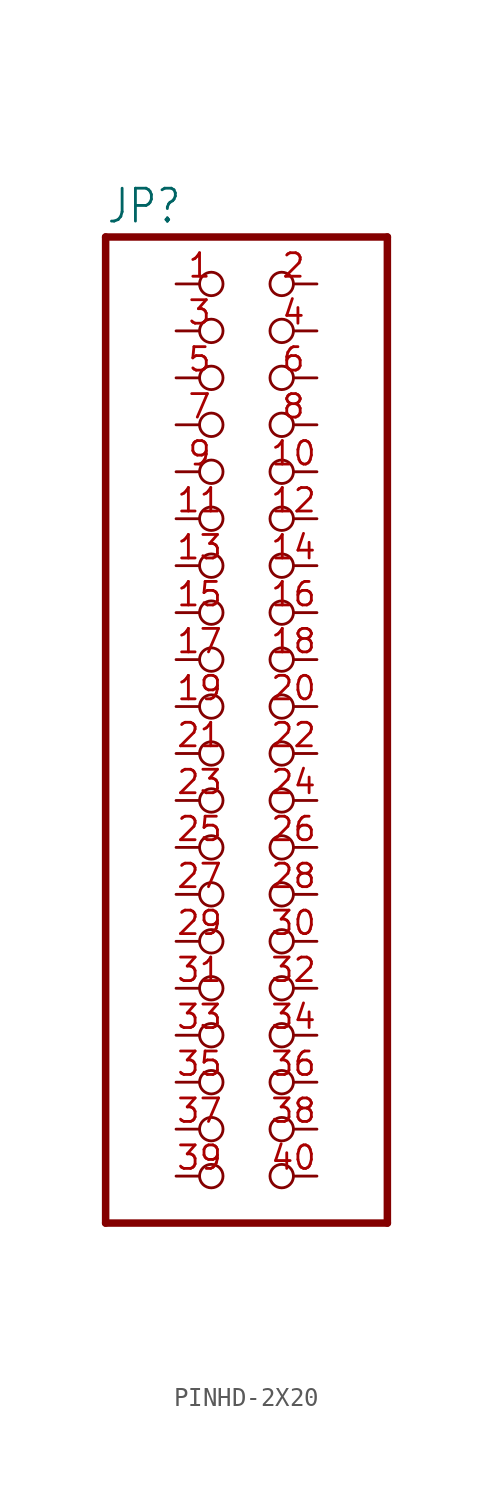
<source format=kicad_sym>
(kicad_symbol_lib
  (version 20220914)
  (generator kicad_symbol_editor)
  (symbol "PINHD-2X20"
    (property "Reference" "JP"
      (at -6.35 26.035 0)
      (effects (font (size 1.778 1.511)) (justify left bottom)))
    (property "Value" ""
      (at -6.35 -30.48 0)
      (effects (font (size 1.778 1.511)) (justify left bottom)))
    (property "ki_locked" ""
      (at 0 0 0)
      (effects (font (size 1.27 1.27))))
    (symbol "PINHD-2X20_1_0"
      (polyline (pts (xy -6.35 -27.94) (xy 8.89 -27.94)) (stroke (width 0.406) (type solid)) (fill (type none)))
      (polyline (pts (xy -6.35 25.4) (xy -6.35 -27.94)) (stroke (width 0.406) (type solid)) (fill (type none)))
      (polyline (pts (xy 8.89 -27.94) (xy 8.89 25.4)) (stroke (width 0.406) (type solid)) (fill (type none)))
      (polyline (pts (xy 8.89 25.4) (xy -6.35 25.4)) (stroke (width 0.406) (type solid)) (fill (type none)))
      (pin passive inverted (at -2.54 22.86 0) (length 2.54) (name "1" (effects (font (size 0 0)))) (number "1" (effects (font (size 1.27 1.27)))))
      (pin passive inverted (at 5.08 12.7 180) (length 2.54) (name "10" (effects (font (size 0 0)))) (number "10" (effects (font (size 1.27 1.27)))))
      (pin passive inverted (at -2.54 10.16 0) (length 2.54) (name "11" (effects (font (size 0 0)))) (number "11" (effects (font (size 1.27 1.27)))))
      (pin passive inverted (at 5.08 10.16 180) (length 2.54) (name "12" (effects (font (size 0 0)))) (number "12" (effects (font (size 1.27 1.27)))))
      (pin passive inverted (at -2.54 7.62 0) (length 2.54) (name "13" (effects (font (size 0 0)))) (number "13" (effects (font (size 1.27 1.27)))))
      (pin passive inverted (at 5.08 7.62 180) (length 2.54) (name "14" (effects (font (size 0 0)))) (number "14" (effects (font (size 1.27 1.27)))))
      (pin passive inverted (at -2.54 5.08 0) (length 2.54) (name "15" (effects (font (size 0 0)))) (number "15" (effects (font (size 1.27 1.27)))))
      (pin passive inverted (at 5.08 5.08 180) (length 2.54) (name "16" (effects (font (size 0 0)))) (number "16" (effects (font (size 1.27 1.27)))))
      (pin passive inverted (at -2.54 2.54 0) (length 2.54) (name "17" (effects (font (size 0 0)))) (number "17" (effects (font (size 1.27 1.27)))))
      (pin passive inverted (at 5.08 2.54 180) (length 2.54) (name "18" (effects (font (size 0 0)))) (number "18" (effects (font (size 1.27 1.27)))))
      (pin passive inverted (at -2.54 0 0) (length 2.54) (name "19" (effects (font (size 0 0)))) (number "19" (effects (font (size 1.27 1.27)))))
      (pin passive inverted (at 5.08 22.86 180) (length 2.54) (name "2" (effects (font (size 0 0)))) (number "2" (effects (font (size 1.27 1.27)))))
      (pin passive inverted (at 5.08 0 180) (length 2.54) (name "20" (effects (font (size 0 0)))) (number "20" (effects (font (size 1.27 1.27)))))
      (pin passive inverted (at -2.54 -2.54 0) (length 2.54) (name "21" (effects (font (size 0 0)))) (number "21" (effects (font (size 1.27 1.27)))))
      (pin passive inverted (at 5.08 -2.54 180) (length 2.54) (name "22" (effects (font (size 0 0)))) (number "22" (effects (font (size 1.27 1.27)))))
      (pin passive inverted (at -2.54 -5.08 0) (length 2.54) (name "23" (effects (font (size 0 0)))) (number "23" (effects (font (size 1.27 1.27)))))
      (pin passive inverted (at 5.08 -5.08 180) (length 2.54) (name "24" (effects (font (size 0 0)))) (number "24" (effects (font (size 1.27 1.27)))))
      (pin passive inverted (at -2.54 -7.62 0) (length 2.54) (name "25" (effects (font (size 0 0)))) (number "25" (effects (font (size 1.27 1.27)))))
      (pin passive inverted (at 5.08 -7.62 180) (length 2.54) (name "26" (effects (font (size 0 0)))) (number "26" (effects (font (size 1.27 1.27)))))
      (pin passive inverted (at -2.54 -10.16 0) (length 2.54) (name "27" (effects (font (size 0 0)))) (number "27" (effects (font (size 1.27 1.27)))))
      (pin passive inverted (at 5.08 -10.16 180) (length 2.54) (name "28" (effects (font (size 0 0)))) (number "28" (effects (font (size 1.27 1.27)))))
      (pin passive inverted (at -2.54 -12.7 0) (length 2.54) (name "29" (effects (font (size 0 0)))) (number "29" (effects (font (size 1.27 1.27)))))
      (pin passive inverted (at -2.54 20.32 0) (length 2.54) (name "3" (effects (font (size 0 0)))) (number "3" (effects (font (size 1.27 1.27)))))
      (pin passive inverted (at 5.08 -12.7 180) (length 2.54) (name "30" (effects (font (size 0 0)))) (number "30" (effects (font (size 1.27 1.27)))))
      (pin passive inverted (at -2.54 -15.24 0) (length 2.54) (name "31" (effects (font (size 0 0)))) (number "31" (effects (font (size 1.27 1.27)))))
      (pin passive inverted (at 5.08 -15.24 180) (length 2.54) (name "32" (effects (font (size 0 0)))) (number "32" (effects (font (size 1.27 1.27)))))
      (pin passive inverted (at -2.54 -17.78 0) (length 2.54) (name "33" (effects (font (size 0 0)))) (number "33" (effects (font (size 1.27 1.27)))))
      (pin passive inverted (at 5.08 -17.78 180) (length 2.54) (name "34" (effects (font (size 0 0)))) (number "34" (effects (font (size 1.27 1.27)))))
      (pin passive inverted (at -2.54 -20.32 0) (length 2.54) (name "35" (effects (font (size 0 0)))) (number "35" (effects (font (size 1.27 1.27)))))
      (pin passive inverted (at 5.08 -20.32 180) (length 2.54) (name "36" (effects (font (size 0 0)))) (number "36" (effects (font (size 1.27 1.27)))))
      (pin passive inverted (at -2.54 -22.86 0) (length 2.54) (name "37" (effects (font (size 0 0)))) (number "37" (effects (font (size 1.27 1.27)))))
      (pin passive inverted (at 5.08 -22.86 180) (length 2.54) (name "38" (effects (font (size 0 0)))) (number "38" (effects (font (size 1.27 1.27)))))
      (pin passive inverted (at -2.54 -25.4 0) (length 2.54) (name "39" (effects (font (size 0 0)))) (number "39" (effects (font (size 1.27 1.27)))))
      (pin passive inverted (at 5.08 20.32 180) (length 2.54) (name "4" (effects (font (size 0 0)))) (number "4" (effects (font (size 1.27 1.27)))))
      (pin passive inverted (at 5.08 -25.4 180) (length 2.54) (name "40" (effects (font (size 0 0)))) (number "40" (effects (font (size 1.27 1.27)))))
      (pin passive inverted (at -2.54 17.78 0) (length 2.54) (name "5" (effects (font (size 0 0)))) (number "5" (effects (font (size 1.27 1.27)))))
      (pin passive inverted (at 5.08 17.78 180) (length 2.54) (name "6" (effects (font (size 0 0)))) (number "6" (effects (font (size 1.27 1.27)))))
      (pin passive inverted (at -2.54 15.24 0) (length 2.54) (name "7" (effects (font (size 0 0)))) (number "7" (effects (font (size 1.27 1.27)))))
      (pin passive inverted (at 5.08 15.24 180) (length 2.54) (name "8" (effects (font (size 0 0)))) (number "8" (effects (font (size 1.27 1.27)))))
      (pin passive inverted (at -2.54 12.7 0) (length 2.54) (name "9" (effects (font (size 0 0)))) (number "9" (effects (font (size 1.27 1.27))))))))
</source>
